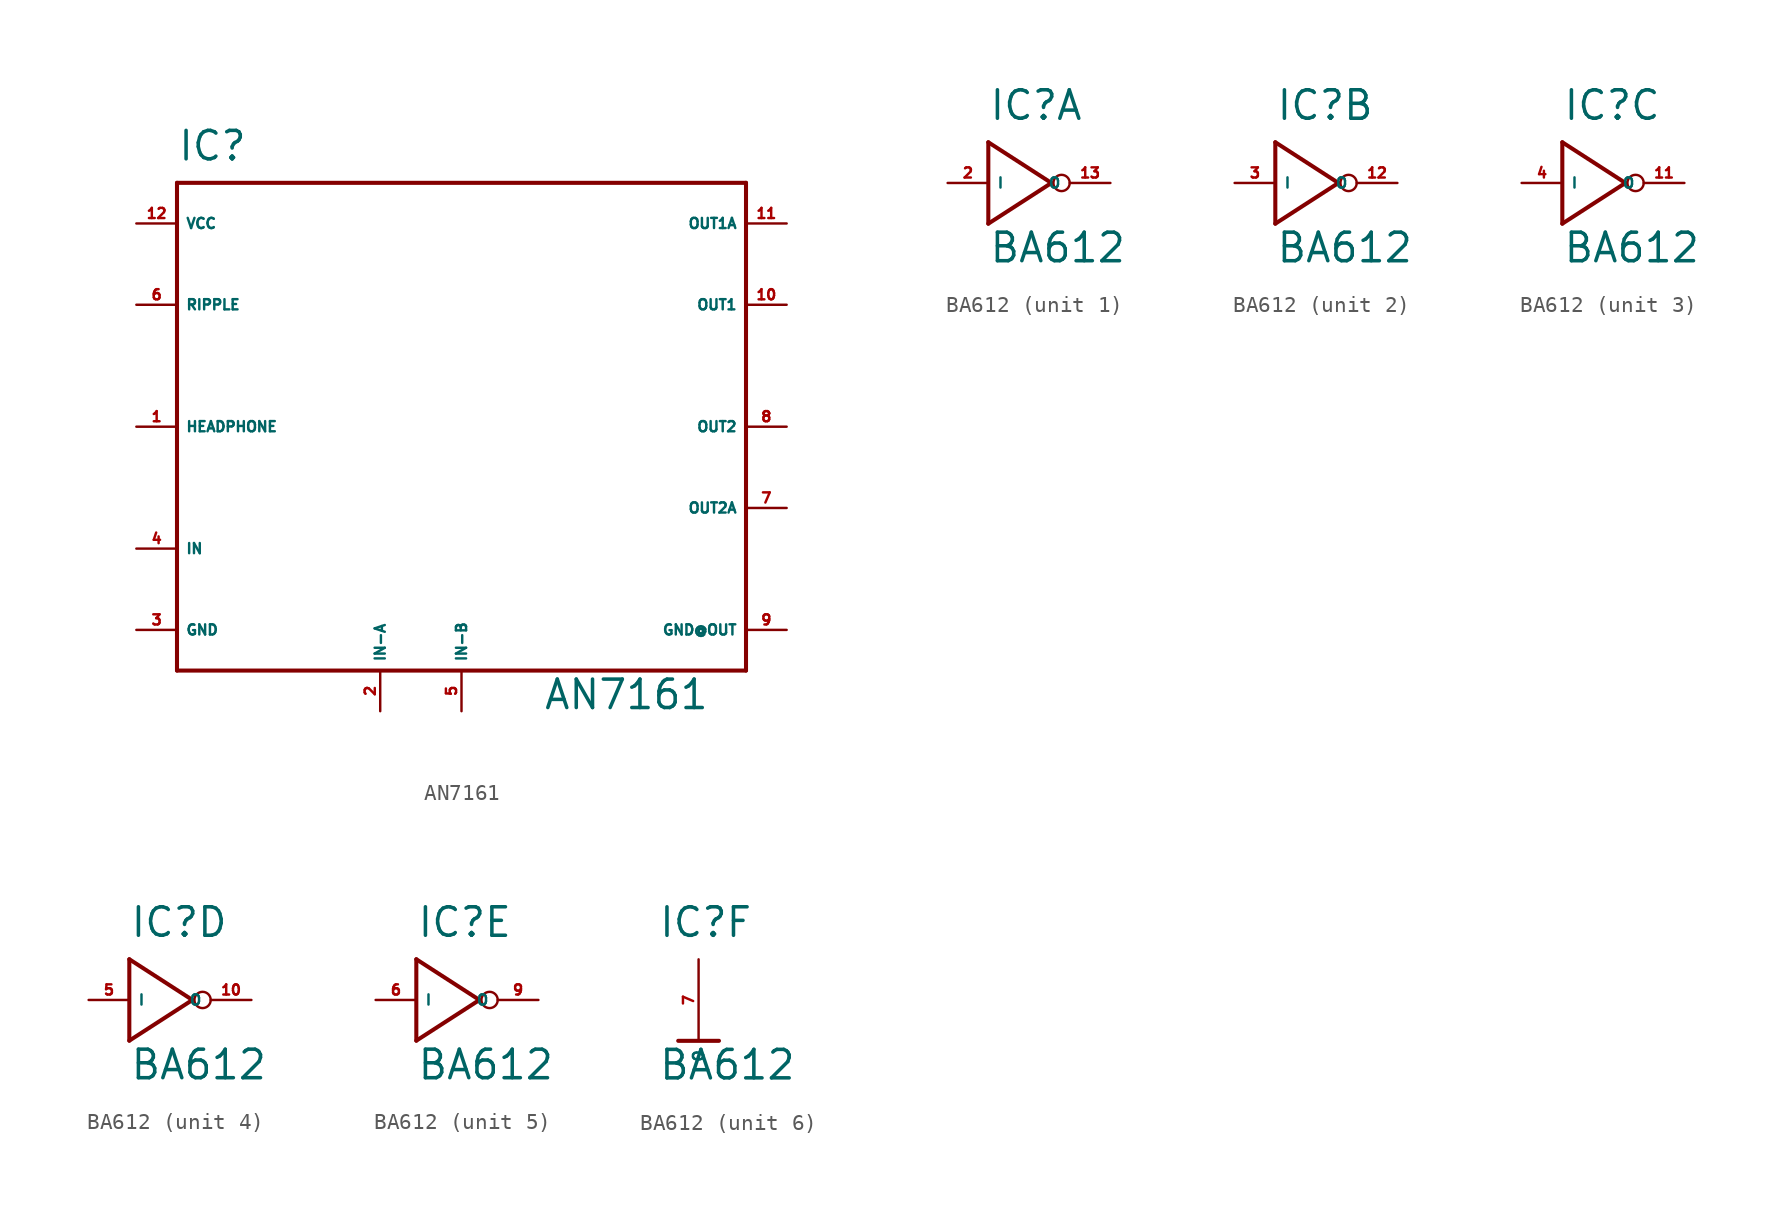
<source format=kicad_sym>
(kicad_symbol_lib
  (version 20220914)
  (generator Eagle2Kicad)
  (symbol "AN7161"
    (property "Reference" "IC"
      (at -17.78 16.51 0)
      (effects (font (size 1.778 1.778) (thickness 0.22)) (justify left bottom)))
    (property "Value" "AN7161"
      (at 5.08 -17.78 0)
      (effects (font (size 1.778 1.778) (thickness 0.22)) (justify left bottom)))
    (polyline
      (pts (xy -17.78 15.24) (xy 17.78 15.24))
      (stroke (width 0.254) (type default))
      (fill (type none)))
    (polyline
      (pts (xy 17.78 15.24) (xy 17.78 -15.24))
      (stroke (width 0.254) (type default))
      (fill (type none)))
    (polyline
      (pts (xy 17.78 -15.24) (xy -17.78 -15.24))
      (stroke (width 0.254) (type default))
      (fill (type none)))
    (polyline
      (pts (xy -17.78 -15.24) (xy -17.78 15.24))
      (stroke (width 0.254) (type default))
      (fill (type none)))
    (pin input line
      (at -20.32 0 0)
      (length 2.54)
      (name "HEADPHONE" (effects (font (size 0.635 0.635) (thickness 0.08)) (justify left bottom)))
      (number "1" (effects (font (size 0.635 0.635) (thickness 0.08)) (justify left bottom))))
    (pin input line
      (at -20.32 7.62 0)
      (length 2.54)
      (name "RIPPLE" (effects (font (size 0.635 0.635) (thickness 0.08)) (justify left bottom)))
      (number "6" (effects (font (size 0.635 0.635) (thickness 0.08)) (justify left bottom))))
    (pin input line
      (at 20.32 12.7 180)
      (length 2.54)
      (name "OUT1A" (effects (font (size 0.635 0.635) (thickness 0.08)) (justify left bottom)))
      (number "11" (effects (font (size 0.635 0.635) (thickness 0.08)) (justify left bottom))))
    (pin output line
      (at 20.32 7.62 180)
      (length 2.54)
      (name "OUT1" (effects (font (size 0.635 0.635) (thickness 0.08)) (justify left bottom)))
      (number "10" (effects (font (size 0.635 0.635) (thickness 0.08)) (justify left bottom))))
    (pin output line
      (at 20.32 0 180)
      (length 2.54)
      (name "OUT2" (effects (font (size 0.635 0.635) (thickness 0.08)) (justify left bottom)))
      (number "8" (effects (font (size 0.635 0.635) (thickness 0.08)) (justify left bottom))))
    (pin input line
      (at 20.32 -5.08 180)
      (length 2.54)
      (name "OUT2A" (effects (font (size 0.635 0.635) (thickness 0.08)) (justify left bottom)))
      (number "7" (effects (font (size 0.635 0.635) (thickness 0.08)) (justify left bottom))))
    (pin unspecified line
      (at 20.32 -12.7 180)
      (length 2.54)
      (name "GND@OUT" (effects (font (size 0.635 0.635) (thickness 0.08)) (justify left bottom)))
      (number "9" (effects (font (size 0.635 0.635) (thickness 0.08)) (justify left bottom))))
    (pin unspecified line
      (at -20.32 -12.7 0)
      (length 2.54)
      (name "GND" (effects (font (size 0.635 0.635) (thickness 0.08)) (justify left bottom)))
      (number "3" (effects (font (size 0.635 0.635) (thickness 0.08)) (justify left bottom))))
    (pin passive line
      (at -5.08 -17.78 90)
      (length 2.54)
      (name "IN-A" (effects (font (size 0.635 0.635) (thickness 0.08)) (justify left bottom)))
      (number "2" (effects (font (size 0.635 0.635) (thickness 0.08)) (justify left bottom))))
    (pin passive line
      (at 0 -17.78 90)
      (length 2.54)
      (name "IN-B" (effects (font (size 0.635 0.635) (thickness 0.08)) (justify left bottom)))
      (number "5" (effects (font (size 0.635 0.635) (thickness 0.08)) (justify left bottom))))
    (pin unspecified line
      (at -20.32 12.7 0)
      (length 2.54)
      (name "VCC" (effects (font (size 0.635 0.635) (thickness 0.08)) (justify left bottom)))
      (number "12" (effects (font (size 0.635 0.635) (thickness 0.08)) (justify left bottom))))
    (pin input line
      (at -20.32 -7.62 0)
      (length 2.54)
      (name "IN" (effects (font (size 0.635 0.635) (thickness 0.08)) (justify left bottom)))
      (number "4" (effects (font (size 0.635 0.635) (thickness 0.08)) (justify left bottom)))))
  (symbol "BA612"
    (property "Reference" "IC"
      (at -2.54 3.81 0)
      (effects (font (size 1.778 1.778) (thickness 0.22)) (justify left bottom)))
    (property "Value" "BA612"
      (at -2.54 -5.08 0)
      (effects (font (size 1.778 1.778) (thickness 0.22)) (justify left bottom)))
    (symbol "BA612_1_0"
      (polyline (pts (xy -2.54 2.54) (xy 1.397 0)) (stroke (width 0.254) (type default)) (fill (type none)))
      (polyline (pts (xy 1.397 0) (xy -2.54 -2.54)) (stroke (width 0.254) (type default)) (fill (type none)))
      (polyline (pts (xy -2.54 -2.54) (xy -2.54 2.54)) (stroke (width 0.254) (type default)) (fill (type none)))
      (circle (center 2.032 0) (radius 0.508) (stroke (width 0.152) (type default)) (fill (type none)))
      (pin input line (at -5.08 0 0) (length 2.54) (name "I" (effects (font (size 0.635 0.635) (thickness 0.08)) (justify left bottom))) (number "2" (effects (font (size 0.635 0.635) (thickness 0.08)) (justify left bottom))))
      (pin input line (at 5.08 0 180) (length 2.54) (name "O" (effects (font (size 0.635 0.635) (thickness 0.08)) (justify left bottom))) (number "13" (effects (font (size 0.635 0.635) (thickness 0.08)) (justify left bottom)))))
    (symbol "BA612_2_0"
      (polyline (pts (xy -2.54 2.54) (xy 1.397 0)) (stroke (width 0.254) (type default)) (fill (type none)))
      (polyline (pts (xy 1.397 0) (xy -2.54 -2.54)) (stroke (width 0.254) (type default)) (fill (type none)))
      (polyline (pts (xy -2.54 -2.54) (xy -2.54 2.54)) (stroke (width 0.254) (type default)) (fill (type none)))
      (circle (center 2.032 0) (radius 0.508) (stroke (width 0.152) (type default)) (fill (type none)))
      (pin input line (at -5.08 0 0) (length 2.54) (name "I" (effects (font (size 0.635 0.635) (thickness 0.08)) (justify left bottom))) (number "3" (effects (font (size 0.635 0.635) (thickness 0.08)) (justify left bottom))))
      (pin input line (at 5.08 0 180) (length 2.54) (name "O" (effects (font (size 0.635 0.635) (thickness 0.08)) (justify left bottom))) (number "12" (effects (font (size 0.635 0.635) (thickness 0.08)) (justify left bottom)))))
    (symbol "BA612_3_0"
      (polyline (pts (xy -2.54 2.54) (xy 1.397 0)) (stroke (width 0.254) (type default)) (fill (type none)))
      (polyline (pts (xy 1.397 0) (xy -2.54 -2.54)) (stroke (width 0.254) (type default)) (fill (type none)))
      (polyline (pts (xy -2.54 -2.54) (xy -2.54 2.54)) (stroke (width 0.254) (type default)) (fill (type none)))
      (circle (center 2.032 0) (radius 0.508) (stroke (width 0.152) (type default)) (fill (type none)))
      (pin input line (at -5.08 0 0) (length 2.54) (name "I" (effects (font (size 0.635 0.635) (thickness 0.08)) (justify left bottom))) (number "4" (effects (font (size 0.635 0.635) (thickness 0.08)) (justify left bottom))))
      (pin input line (at 5.08 0 180) (length 2.54) (name "O" (effects (font (size 0.635 0.635) (thickness 0.08)) (justify left bottom))) (number "11" (effects (font (size 0.635 0.635) (thickness 0.08)) (justify left bottom)))))
    (symbol "BA612_4_0"
      (polyline (pts (xy -2.54 2.54) (xy 1.397 0)) (stroke (width 0.254) (type default)) (fill (type none)))
      (polyline (pts (xy 1.397 0) (xy -2.54 -2.54)) (stroke (width 0.254) (type default)) (fill (type none)))
      (polyline (pts (xy -2.54 -2.54) (xy -2.54 2.54)) (stroke (width 0.254) (type default)) (fill (type none)))
      (circle (center 2.032 0) (radius 0.508) (stroke (width 0.152) (type default)) (fill (type none)))
      (pin input line (at -5.08 0 0) (length 2.54) (name "I" (effects (font (size 0.635 0.635) (thickness 0.08)) (justify left bottom))) (number "5" (effects (font (size 0.635 0.635) (thickness 0.08)) (justify left bottom))))
      (pin input line (at 5.08 0 180) (length 2.54) (name "O" (effects (font (size 0.635 0.635) (thickness 0.08)) (justify left bottom))) (number "10" (effects (font (size 0.635 0.635) (thickness 0.08)) (justify left bottom)))))
    (symbol "BA612_5_0"
      (polyline (pts (xy -2.54 2.54) (xy 1.397 0)) (stroke (width 0.254) (type default)) (fill (type none)))
      (polyline (pts (xy 1.397 0) (xy -2.54 -2.54)) (stroke (width 0.254) (type default)) (fill (type none)))
      (polyline (pts (xy -2.54 -2.54) (xy -2.54 2.54)) (stroke (width 0.254) (type default)) (fill (type none)))
      (circle (center 2.032 0) (radius 0.508) (stroke (width 0.152) (type default)) (fill (type none)))
      (pin input line (at -5.08 0 0) (length 2.54) (name "I" (effects (font (size 0.635 0.635) (thickness 0.08)) (justify left bottom))) (number "6" (effects (font (size 0.635 0.635) (thickness 0.08)) (justify left bottom))))
      (pin input line (at 5.08 0 180) (length 2.54) (name "O" (effects (font (size 0.635 0.635) (thickness 0.08)) (justify left bottom))) (number "9" (effects (font (size 0.635 0.635) (thickness 0.08)) (justify left bottom)))))
    (symbol "BA612_6_0"
      (polyline (pts (xy -1.27 -2.54) (xy 1.27 -2.54)) (stroke (width 0.254) (type default)) (fill (type none)))
      (pin input line (at 0 2.54 270) (length 5.08) (name "O" (effects (font (size 0.635 0.635) (thickness 0.08)) (justify left bottom))) (number "7" (effects (font (size 0.635 0.635) (thickness 0.08)) (justify left bottom)))))))
</source>
